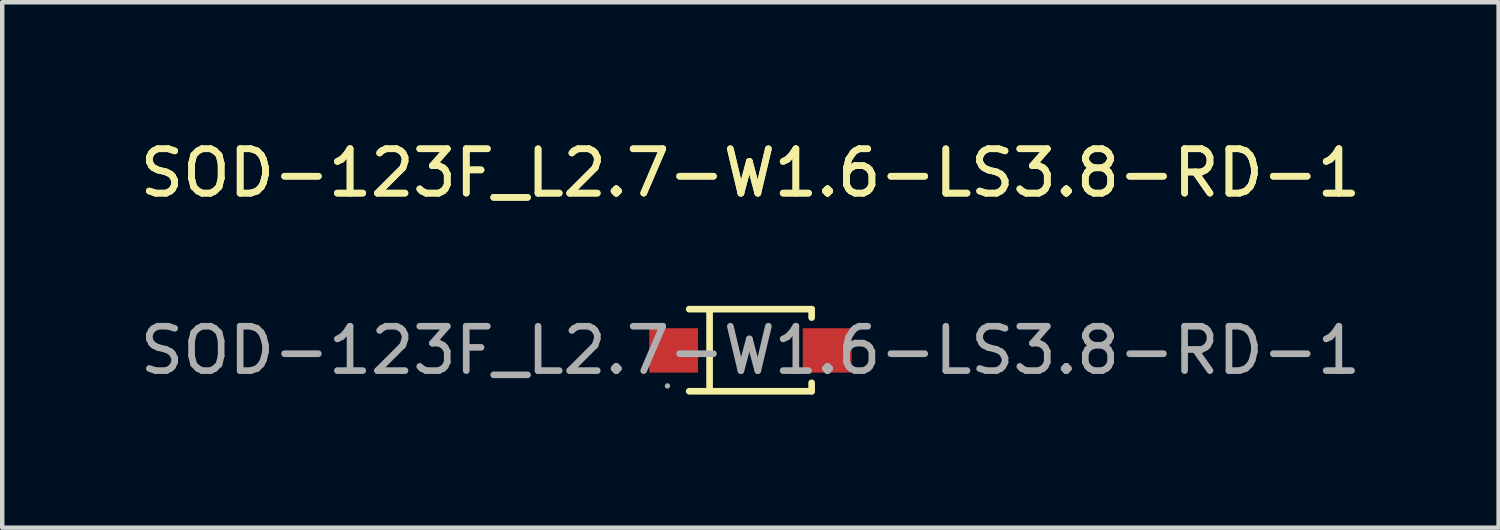
<source format=kicad_pcb>
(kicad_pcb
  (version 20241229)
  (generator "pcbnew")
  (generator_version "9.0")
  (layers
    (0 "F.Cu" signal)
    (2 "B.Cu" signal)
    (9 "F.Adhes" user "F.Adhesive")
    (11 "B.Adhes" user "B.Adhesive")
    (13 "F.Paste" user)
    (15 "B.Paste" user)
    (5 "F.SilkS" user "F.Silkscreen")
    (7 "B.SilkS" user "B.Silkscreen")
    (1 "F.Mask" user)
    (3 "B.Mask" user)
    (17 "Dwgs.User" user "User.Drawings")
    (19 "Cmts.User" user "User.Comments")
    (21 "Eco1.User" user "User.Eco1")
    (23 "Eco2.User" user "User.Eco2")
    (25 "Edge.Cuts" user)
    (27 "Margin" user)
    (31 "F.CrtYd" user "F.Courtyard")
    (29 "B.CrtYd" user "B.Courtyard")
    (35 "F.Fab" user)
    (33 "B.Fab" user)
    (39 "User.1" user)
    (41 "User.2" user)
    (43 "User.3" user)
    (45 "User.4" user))
  (footprint "SOD-123F_L2.7-W1.6-LS3.8-RD-1"
    (layer "F.Cu")
    (at 13.863 4.848)
    (property "Reference" "SOD-123F_L2.7-W1.6-LS3.8-RD-1" (at 0 -4 0) (layer "F.SilkS") (effects (font (size 1 1) (thickness 0.15))))
    (attr smd)
    (fp_line (start -1.38 -0.93) (end 1.38 -0.93) (stroke (width 0.15) (type solid)) (layer "F.SilkS"))
    (fp_line (start -1.38 0.92) (end 1.38 0.92) (stroke (width 0.15) (type solid)) (layer "F.SilkS"))
    (fp_line (start -0.92 -0.88) (end -0.92 0.87) (stroke (width 0.15) (type solid)) (layer "F.SilkS"))
    (fp_line (start 1.38 -0.93) (end 1.38 -0.74) (stroke (width 0.15) (type solid)) (layer "F.SilkS"))
    (fp_line (start 1.38 0.92) (end 1.38 0.73) (stroke (width 0.15) (type solid)) (layer "F.SilkS"))
    (fp_circle (center -1.87 0.8) (end -1.84 0.8) (stroke (width 0.06) (type solid)) (fill no) (layer "F.Fab"))
    (fp_text user "${REFERENCE}" (at 0 -4 0) (layer "F.SilkS") (effects (font (size 1 1) (thickness 0.15))))
    (fp_text user "${REFERENCE}" (at 0 0 0) (layer "F.Fab") (effects (font (size 1 1) (thickness 0.15))))
    (pad "1" smd rect (at -1.73 0) (size 1.1 1) (layers "F.Cu" "F.Mask" "F.Paste"))
    (pad "2" smd rect (at 1.73 0) (size 1.1 1) (layers "F.Cu" "F.Mask" "F.Paste")))
  (gr_rect
    (start -3 -3)
    (end 30.726 8.843)
    (stroke (width 0.1) (type default))
    (fill no)
    (layer "Edge.Cuts")))
</source>
